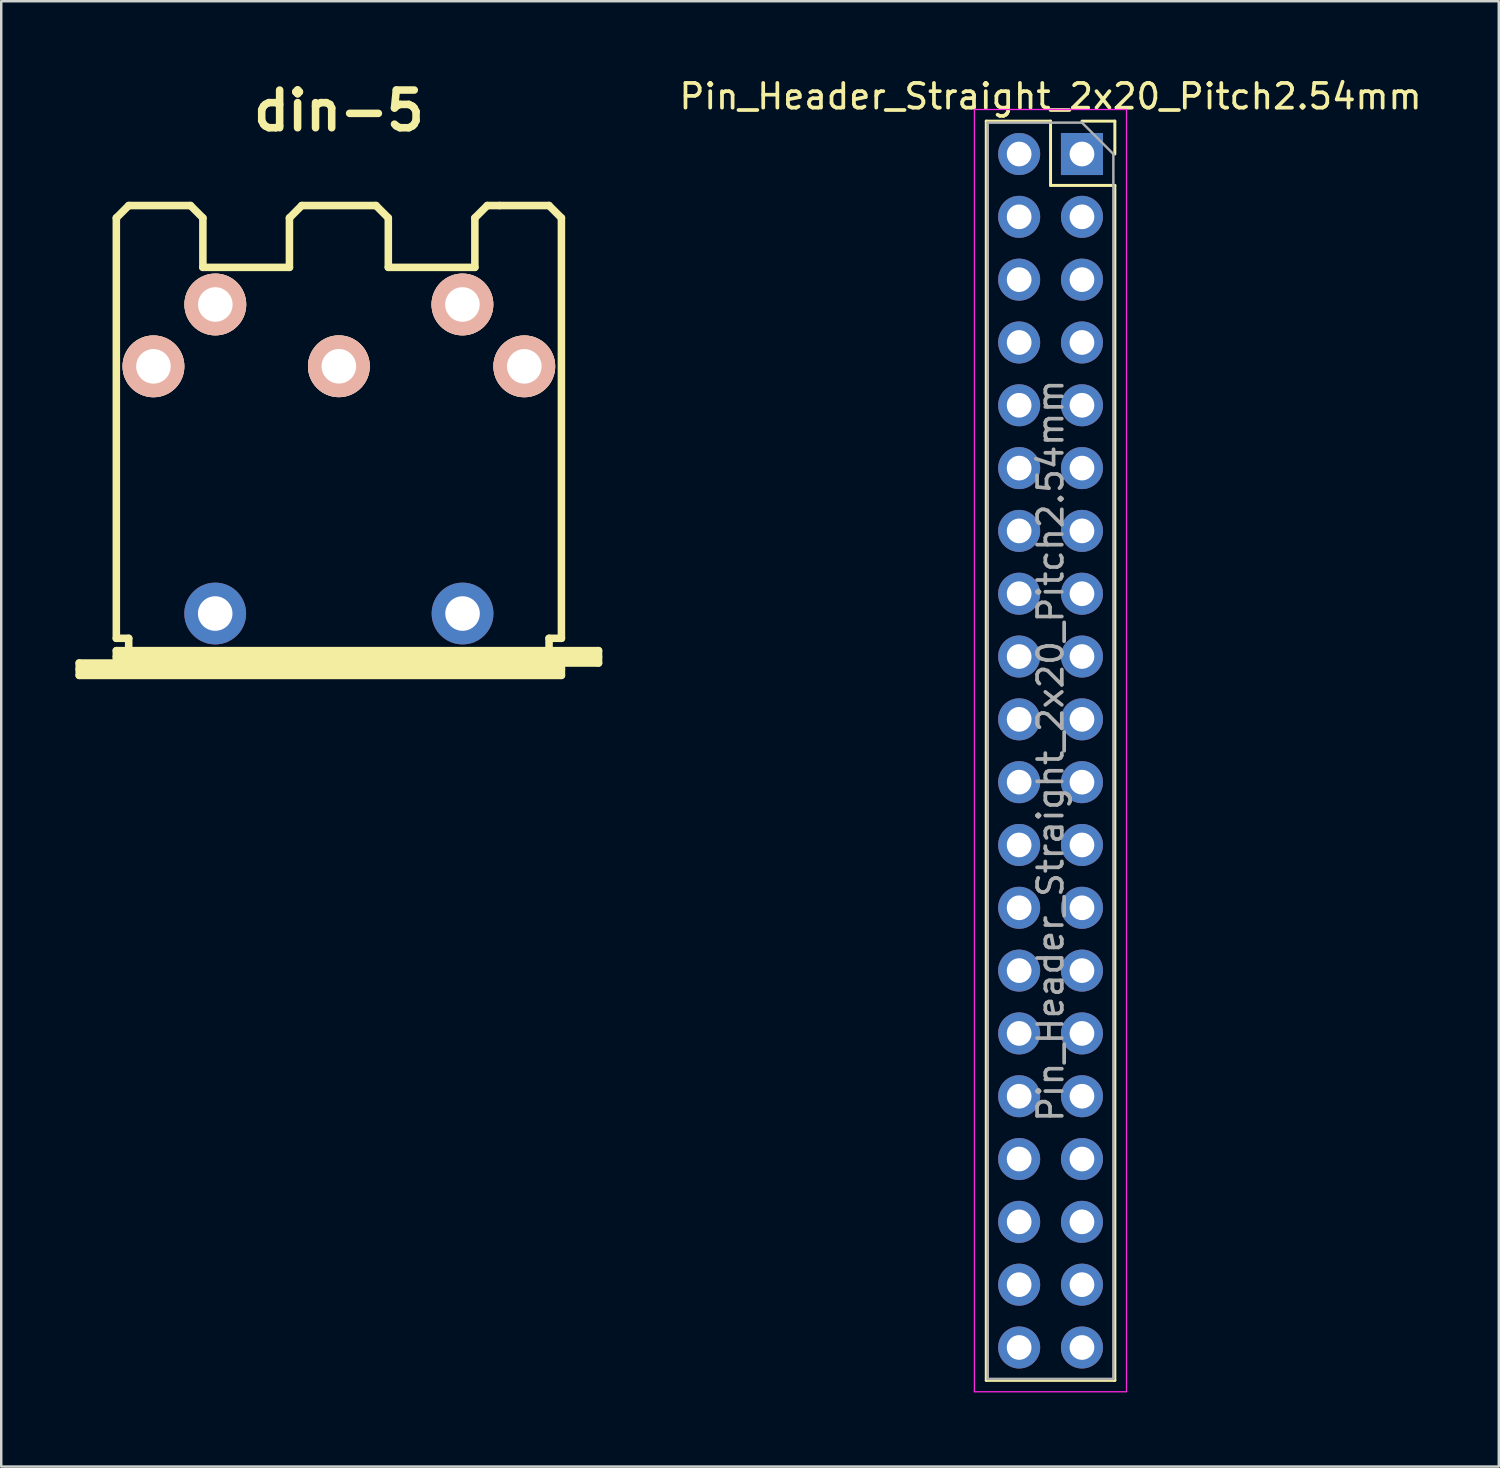
<source format=kicad_pcb>
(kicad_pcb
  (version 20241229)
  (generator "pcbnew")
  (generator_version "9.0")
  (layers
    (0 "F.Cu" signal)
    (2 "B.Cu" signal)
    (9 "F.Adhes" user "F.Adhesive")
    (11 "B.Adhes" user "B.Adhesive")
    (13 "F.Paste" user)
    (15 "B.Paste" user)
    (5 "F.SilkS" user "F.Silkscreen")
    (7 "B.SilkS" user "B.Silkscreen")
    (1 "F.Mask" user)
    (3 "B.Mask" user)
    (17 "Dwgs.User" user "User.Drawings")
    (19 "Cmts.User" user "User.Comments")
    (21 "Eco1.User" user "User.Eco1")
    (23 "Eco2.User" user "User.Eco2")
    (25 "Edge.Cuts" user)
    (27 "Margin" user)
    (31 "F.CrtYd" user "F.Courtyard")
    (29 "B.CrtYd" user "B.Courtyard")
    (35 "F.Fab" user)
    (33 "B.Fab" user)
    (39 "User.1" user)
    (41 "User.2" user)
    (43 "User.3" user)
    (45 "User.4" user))
  (footprint "Pin_Header_Straight_2x20_Pitch2.54mm"
    (layer "F.Cu")
    (at 40.701 3.178)
    (property "Reference" "Pin_Header_Straight_2x20_Pitch2.54mm" (at -1.27 -2.33 0) (layer "F.SilkS") (effects (font (size 1 1) (thickness 0.15))))
    (attr through_hole)
    (fp_line (start -3.87 -1.33) (end -3.87 49.59) (stroke (width 0.12) (type solid)) (layer "F.SilkS"))
    (fp_line (start -1.27 -1.33) (end -3.87 -1.33) (stroke (width 0.12) (type solid)) (layer "F.SilkS"))
    (fp_line (start -1.27 1.27) (end -1.27 -1.33) (stroke (width 0.12) (type solid)) (layer "F.SilkS"))
    (fp_line (start 0 0) (end 0 0) (stroke (width 0.1) (type solid)) (layer "F.SilkS"))
    (fp_line (start 0 0) (end 0 0) (stroke (width 0.1) (type solid)) (layer "F.SilkS"))
    (fp_line (start 0 0) (end 0 0) (stroke (width 0.1) (type solid)) (layer "F.SilkS"))
    (fp_line (start 0 0) (end 0 0) (stroke (width 0.1) (type solid)) (layer "F.SilkS"))
    (fp_line (start 0 0) (end 0 0) (stroke (width 0.1) (type solid)) (layer "F.SilkS"))
    (fp_line (start 0 0) (end 0 0) (stroke (width 0.1) (type solid)) (layer "F.SilkS"))
    (fp_line (start 0 0) (end 0 0) (stroke (width 0.1) (type solid)) (layer "F.SilkS"))
    (fp_line (start 0 0) (end 0 0) (stroke (width 0.1) (type solid)) (layer "F.SilkS"))
    (fp_line (start 0 0) (end 0 0) (stroke (width 0.1) (type solid)) (layer "F.SilkS"))
    (fp_line (start 0 0) (end 0 0) (stroke (width 0.1) (type solid)) (layer "F.SilkS"))
    (fp_line (start 0 0) (end 0 0) (stroke (width 0.1) (type solid)) (layer "F.SilkS"))
    (fp_line (start 0 0) (end 0 0) (stroke (width 0.1) (type solid)) (layer "F.SilkS"))
    (fp_line (start 0 0) (end 0 0) (stroke (width 0.1) (type solid)) (layer "F.SilkS"))
    (fp_line (start 0 0) (end 0 0) (stroke (width 0.1) (type solid)) (layer "F.SilkS"))
    (fp_line (start 0 0) (end 0 0) (stroke (width 0.1) (type solid)) (layer "F.SilkS"))
    (fp_line (start 0 0) (end 0 0) (stroke (width 0.1) (type solid)) (layer "F.SilkS"))
    (fp_line (start 0 0) (end 0 0) (stroke (width 0.1) (type solid)) (layer "F.SilkS"))
    (fp_line (start 0 0) (end 0 0) (stroke (width 0.1) (type solid)) (layer "F.SilkS"))
    (fp_line (start 0 0) (end 0 0) (stroke (width 0.1) (type solid)) (layer "F.SilkS"))
    (fp_line (start 0 0) (end 0 0) (stroke (width 0.1) (type solid)) (layer "F.SilkS"))
    (fp_line (start 0 0) (end 0 0) (stroke (width 0.1) (type solid)) (layer "F.SilkS"))
    (fp_line (start 0 0) (end 0 0) (stroke (width 0.1) (type solid)) (layer "F.SilkS"))
    (fp_line (start 0 0) (end 0 0) (stroke (width 0.1) (type solid)) (layer "F.SilkS"))
    (fp_line (start 1.33 -1.33) (end 0 -1.33) (stroke (width 0.12) (type solid)) (layer "F.SilkS"))
    (fp_line (start 1.33 0) (end 1.33 -1.33) (stroke (width 0.12) (type solid)) (layer "F.SilkS"))
    (fp_line (start 1.33 1.27) (end -1.27 1.27) (stroke (width 0.12) (type solid)) (layer "F.SilkS"))
    (fp_line (start 1.33 1.27) (end 1.33 49.59) (stroke (width 0.12) (type solid)) (layer "F.SilkS"))
    (fp_line (start 1.33 49.59) (end -3.87 49.59) (stroke (width 0.12) (type solid)) (layer "F.SilkS"))
    (fp_circle (center 0 0) (end 0 0) (stroke (width 0.1) (type solid)) (fill no) (layer "F.SilkS"))
    (fp_circle (center 0 0) (end 0 0) (stroke (width 0.1) (type solid)) (fill no) (layer "F.SilkS"))
    (fp_circle (center 0 0) (end 0 0) (stroke (width 0.1) (type solid)) (fill no) (layer "F.SilkS"))
    (fp_circle (center 0 0) (end 0 0) (stroke (width 0.1) (type solid)) (fill no) (layer "F.SilkS"))
    (fp_line (start -4.35 -1.8) (end 1.8 -1.8) (stroke (width 0.05) (type solid)) (layer "F.CrtYd"))
    (fp_line (start -4.35 50.05) (end -4.35 -1.8) (stroke (width 0.05) (type solid)) (layer "F.CrtYd"))
    (fp_line (start 1.8 -1.8) (end 1.8 50.05) (stroke (width 0.05) (type solid)) (layer "F.CrtYd"))
    (fp_line (start 1.8 50.05) (end -4.35 50.05) (stroke (width 0.05) (type solid)) (layer "F.CrtYd"))
    (fp_line (start -3.81 -1.27) (end -3.81 49.53) (stroke (width 0.1) (type solid)) (layer "F.Fab"))
    (fp_line (start -3.81 49.53) (end 1.27 49.53) (stroke (width 0.1) (type solid)) (layer "F.Fab"))
    (fp_line (start 0 -1.27) (end -3.81 -1.27) (stroke (width 0.1) (type solid)) (layer "F.Fab"))
    (fp_line (start 1.27 0) (end 0 -1.27) (stroke (width 0.1) (type solid)) (layer "F.Fab"))
    (fp_line (start 1.27 49.53) (end 1.27 0) (stroke (width 0.1) (type solid)) (layer "F.Fab"))
    (fp_text user "${REFERENCE}" (at -1.27 24.13 270) (layer "F.Fab") (effects (font (size 1 1) (thickness 0.15))))
    (pad "1" thru_hole rect (at 0 0) (size 1.7 1.7) (drill 1) (layers "*.Cu" "*.Mask"))
    (pad "2" thru_hole oval (at -2.54 0) (size 1.7 1.7) (drill 1) (layers "*.Cu" "*.Mask"))
    (pad "3" thru_hole oval (at 0 2.54) (size 1.7 1.7) (drill 1) (layers "*.Cu" "*.Mask"))
    (pad "4" thru_hole oval (at -2.54 2.54) (size 1.7 1.7) (drill 1) (layers "*.Cu" "*.Mask"))
    (pad "5" thru_hole oval (at 0 5.08) (size 1.7 1.7) (drill 1) (layers "*.Cu" "*.Mask"))
    (pad "6" thru_hole oval (at -2.54 5.08) (size 1.7 1.7) (drill 1) (layers "*.Cu" "*.Mask"))
    (pad "7" thru_hole oval (at 0 7.62) (size 1.7 1.7) (drill 1) (layers "*.Cu" "*.Mask"))
    (pad "8" thru_hole oval (at -2.54 7.62) (size 1.7 1.7) (drill 1) (layers "*.Cu" "*.Mask"))
    (pad "9" thru_hole oval (at 0 10.16) (size 1.7 1.7) (drill 1) (layers "*.Cu" "*.Mask"))
    (pad "10" thru_hole oval (at -2.54 10.16) (size 1.7 1.7) (drill 1) (layers "*.Cu" "*.Mask"))
    (pad "11" thru_hole oval (at 0 12.7) (size 1.7 1.7) (drill 1) (layers "*.Cu" "*.Mask"))
    (pad "12" thru_hole oval (at -2.54 12.7) (size 1.7 1.7) (drill 1) (layers "*.Cu" "*.Mask"))
    (pad "13" thru_hole oval (at 0 15.24) (size 1.7 1.7) (drill 1) (layers "*.Cu" "*.Mask"))
    (pad "14" thru_hole oval (at -2.54 15.24) (size 1.7 1.7) (drill 1) (layers "*.Cu" "*.Mask"))
    (pad "15" thru_hole oval (at 0 17.78) (size 1.7 1.7) (drill 1) (layers "*.Cu" "*.Mask"))
    (pad "16" thru_hole oval (at -2.54 17.78) (size 1.7 1.7) (drill 1) (layers "*.Cu" "*.Mask"))
    (pad "17" thru_hole oval (at 0 20.32) (size 1.7 1.7) (drill 1) (layers "*.Cu" "*.Mask"))
    (pad "18" thru_hole oval (at -2.54 20.32) (size 1.7 1.7) (drill 1) (layers "*.Cu" "*.Mask"))
    (pad "19" thru_hole oval (at 0 22.86) (size 1.7 1.7) (drill 1) (layers "*.Cu" "*.Mask"))
    (pad "20" thru_hole oval (at -2.54 22.86) (size 1.7 1.7) (drill 1) (layers "*.Cu" "*.Mask"))
    (pad "21" thru_hole oval (at 0 25.4) (size 1.7 1.7) (drill 1) (layers "*.Cu" "*.Mask"))
    (pad "22" thru_hole oval (at -2.54 25.4) (size 1.7 1.7) (drill 1) (layers "*.Cu" "*.Mask"))
    (pad "23" thru_hole oval (at 0 27.94) (size 1.7 1.7) (drill 1) (layers "*.Cu" "*.Mask"))
    (pad "24" thru_hole oval (at -2.54 27.94) (size 1.7 1.7) (drill 1) (layers "*.Cu" "*.Mask"))
    (pad "25" thru_hole oval (at 0 30.48) (size 1.7 1.7) (drill 1) (layers "*.Cu" "*.Mask"))
    (pad "26" thru_hole oval (at -2.54 30.48) (size 1.7 1.7) (drill 1) (layers "*.Cu" "*.Mask"))
    (pad "27" thru_hole oval (at 0 33.02) (size 1.7 1.7) (drill 1) (layers "*.Cu" "*.Mask"))
    (pad "28" thru_hole oval (at -2.54 33.02) (size 1.7 1.7) (drill 1) (layers "*.Cu" "*.Mask"))
    (pad "29" thru_hole oval (at 0 35.56) (size 1.7 1.7) (drill 1) (layers "*.Cu" "*.Mask"))
    (pad "30" thru_hole oval (at -2.54 35.56) (size 1.7 1.7) (drill 1) (layers "*.Cu" "*.Mask"))
    (pad "31" thru_hole oval (at 0 38.1) (size 1.7 1.7) (drill 1) (layers "*.Cu" "*.Mask"))
    (pad "32" thru_hole oval (at -2.54 38.1) (size 1.7 1.7) (drill 1) (layers "*.Cu" "*.Mask"))
    (pad "33" thru_hole oval (at 0 40.64) (size 1.7 1.7) (drill 1) (layers "*.Cu" "*.Mask"))
    (pad "34" thru_hole oval (at -2.54 40.64) (size 1.7 1.7) (drill 1) (layers "*.Cu" "*.Mask"))
    (pad "35" thru_hole oval (at 0 43.18) (size 1.7 1.7) (drill 1) (layers "*.Cu" "*.Mask"))
    (pad "36" thru_hole oval (at -2.54 43.18) (size 1.7 1.7) (drill 1) (layers "*.Cu" "*.Mask"))
    (pad "37" thru_hole oval (at 0 45.72) (size 1.7 1.7) (drill 1) (layers "*.Cu" "*.Mask"))
    (pad "38" thru_hole oval (at -2.54 45.72) (size 1.7 1.7) (drill 1) (layers "*.Cu" "*.Mask"))
    (pad "39" thru_hole oval (at 0 48.26) (size 1.7 1.7) (drill 1) (layers "*.Cu" "*.Mask"))
    (pad "40" thru_hole oval (at -2.54 48.26) (size 1.7 1.7) (drill 1) (layers "*.Cu" "*.Mask")))
  (footprint "din-5"
    (layer "F.Cu")
    (at 10.653 14.761)
    (property "Reference" "din-5" (at 0 -13.335 0) (layer "F.SilkS") (effects (font (size 1.524 1.524) (thickness 0.305))))
    (attr through_hole)
    (fp_line (start -10.5 8.999) (end -8.999 8.999) (stroke (width 0.305) (type solid)) (layer "F.SilkS"))
    (fp_line (start -10.5 9.251) (end 8.999 9.251) (stroke (width 0.305) (type solid)) (layer "F.SilkS"))
    (fp_line (start -10.5 9.5) (end -10.5 8.999) (stroke (width 0.305) (type solid)) (layer "F.SilkS"))
    (fp_line (start -8.999 -8.999) (end -8.999 8.001) (stroke (width 0.305) (type solid)) (layer "F.SilkS"))
    (fp_line (start -8.999 -8.999) (end -8.499 -9.5) (stroke (width 0.305) (type solid)) (layer "F.SilkS"))
    (fp_line (start -8.999 8.001) (end -8.499 8.001) (stroke (width 0.305) (type solid)) (layer "F.SilkS"))
    (fp_line (start -8.999 8.499) (end 10.5 8.499) (stroke (width 0.305) (type solid)) (layer "F.SilkS"))
    (fp_line (start -8.999 8.75) (end 10.5 8.75) (stroke (width 0.305) (type solid)) (layer "F.SilkS"))
    (fp_line (start -8.999 8.999) (end -8.999 8.499) (stroke (width 0.305) (type solid)) (layer "F.SilkS"))
    (fp_line (start -8.499 -9.5) (end -5.999 -9.5) (stroke (width 0.305) (type solid)) (layer "F.SilkS"))
    (fp_line (start -8.499 8.001) (end -8.499 8.499) (stroke (width 0.305) (type solid)) (layer "F.SilkS"))
    (fp_line (start -5.999 -9.5) (end -5.499 -8.999) (stroke (width 0.305) (type solid)) (layer "F.SilkS"))
    (fp_line (start -5.499 -8.999) (end -5.499 -7) (stroke (width 0.305) (type solid)) (layer "F.SilkS"))
    (fp_line (start -5.499 -7) (end -1.999 -7) (stroke (width 0.305) (type solid)) (layer "F.SilkS"))
    (fp_line (start -1.999 -8.999) (end -1.999 -7) (stroke (width 0.305) (type solid)) (layer "F.SilkS"))
    (fp_line (start -1.501 -9.5) (end -1.999 -8.999) (stroke (width 0.305) (type solid)) (layer "F.SilkS"))
    (fp_line (start -1.501 -9.5) (end 1.501 -9.5) (stroke (width 0.305) (type solid)) (layer "F.SilkS"))
    (fp_line (start 1.501 -9.5) (end 1.999 -8.999) (stroke (width 0.305) (type solid)) (layer "F.SilkS"))
    (fp_line (start 1.999 -8.999) (end 1.999 -7) (stroke (width 0.305) (type solid)) (layer "F.SilkS"))
    (fp_line (start 5.499 -8.999) (end 5.499 -7) (stroke (width 0.305) (type solid)) (layer "F.SilkS"))
    (fp_line (start 5.499 -7) (end 1.999 -7) (stroke (width 0.305) (type solid)) (layer "F.SilkS"))
    (fp_line (start 5.999 -9.5) (end 5.499 -8.999) (stroke (width 0.305) (type solid)) (layer "F.SilkS"))
    (fp_line (start 6.5 -9.5) (end 5.999 -9.5) (stroke (width 0.305) (type solid)) (layer "F.SilkS"))
    (fp_line (start 8.499 -9.5) (end 6.5 -9.5) (stroke (width 0.305) (type solid)) (layer "F.SilkS"))
    (fp_line (start 8.499 8.499) (end 8.499 8.001) (stroke (width 0.305) (type solid)) (layer "F.SilkS"))
    (fp_line (start 8.999 -8.999) (end 8.499 -9.5) (stroke (width 0.305) (type solid)) (layer "F.SilkS"))
    (fp_line (start 8.999 -8.999) (end 8.999 8.001) (stroke (width 0.305) (type solid)) (layer "F.SilkS"))
    (fp_line (start 8.999 8.001) (end 8.499 8.001) (stroke (width 0.305) (type solid)) (layer "F.SilkS"))
    (fp_line (start 8.999 8.999) (end -8.999 8.999) (stroke (width 0.305) (type solid)) (layer "F.SilkS"))
    (fp_line (start 8.999 8.999) (end 8.999 9.5) (stroke (width 0.305) (type solid)) (layer "F.SilkS"))
    (fp_line (start 8.999 9.5) (end -10.5 9.5) (stroke (width 0.305) (type solid)) (layer "F.SilkS"))
    (fp_line (start 10.5 8.499) (end 10.5 8.999) (stroke (width 0.305) (type solid)) (layer "F.SilkS"))
    (fp_line (start 10.5 8.999) (end 8.999 8.999) (stroke (width 0.305) (type solid)) (layer "F.SilkS"))
    (pad "" thru_hole circle (at -5.001 6.998) (size 2.499 2.499) (drill 1.397) (layers "*.Cu" "*.Mask"))
    (pad "" thru_hole circle (at 5.001 6.998) (size 2.499 2.499) (drill 1.397) (layers "*.Cu" "*.Mask"))
    (pad "1" thru_hole circle (at 7.498 -2.997) (size 2.499 2.499) (drill 1.397) (layers "*.Cu" "*.SilkS" "*.Mask"))
    (pad "2" thru_hole circle (at 0 -3) (size 2.499 2.499) (drill 1.397) (layers "*.Cu" "*.SilkS" "*.Mask"))
    (pad "3" thru_hole circle (at -7.498 -2.997) (size 2.499 2.499) (drill 1.397) (layers "*.Cu" "*.SilkS" "*.Mask"))
    (pad "4" thru_hole circle (at 4.996 -5.499) (size 2.499 2.499) (drill 1.397) (layers "*.Cu" "*.SilkS" "*.Mask"))
    (pad "5" thru_hole circle (at -4.996 -5.499) (size 2.499 2.499) (drill 1.397) (layers "*.Cu" "*.SilkS" "*.Mask")))
  (gr_rect
    (start -3 -3)
    (end 57.556 56.253)
    (stroke (width 0.1) (type default))
    (fill no)
    (layer "Edge.Cuts")))
</source>
